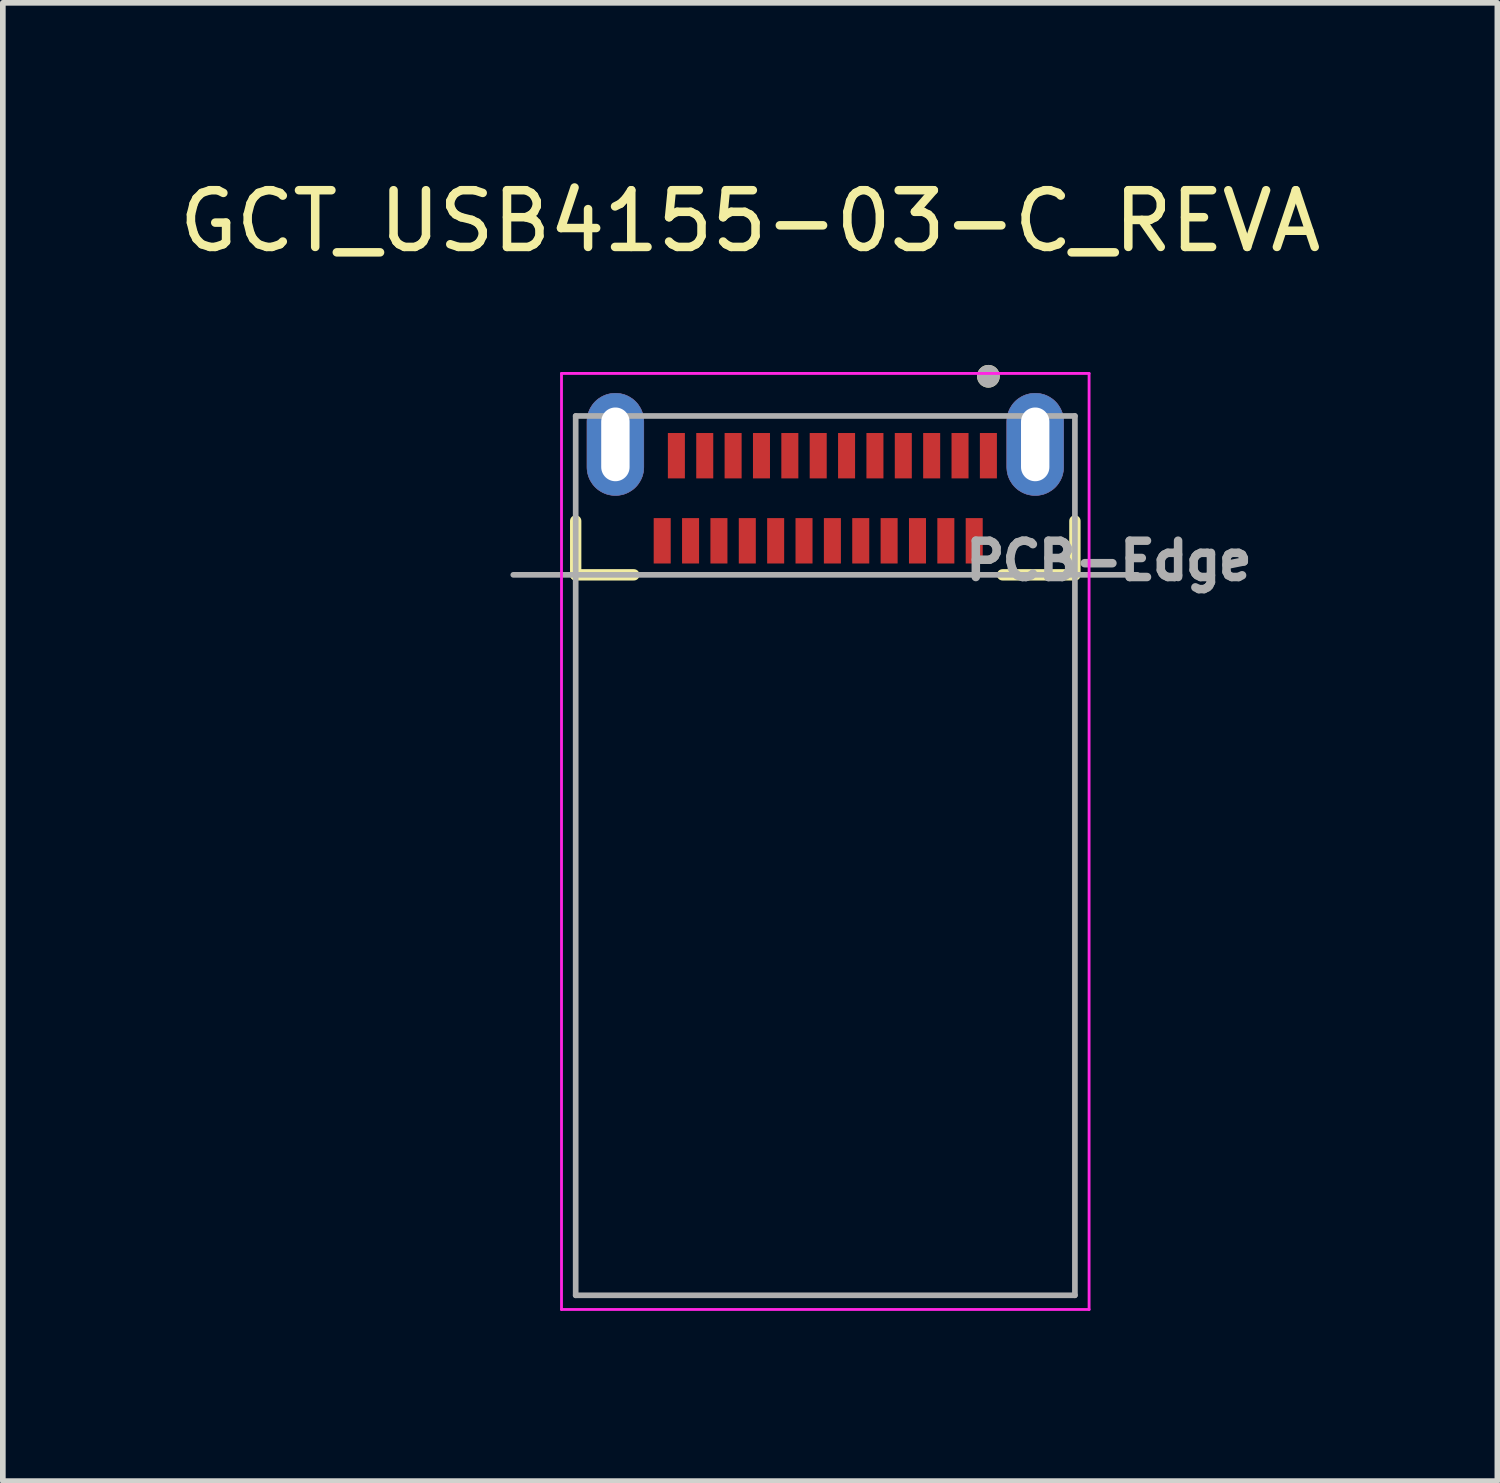
<source format=kicad_pcb>
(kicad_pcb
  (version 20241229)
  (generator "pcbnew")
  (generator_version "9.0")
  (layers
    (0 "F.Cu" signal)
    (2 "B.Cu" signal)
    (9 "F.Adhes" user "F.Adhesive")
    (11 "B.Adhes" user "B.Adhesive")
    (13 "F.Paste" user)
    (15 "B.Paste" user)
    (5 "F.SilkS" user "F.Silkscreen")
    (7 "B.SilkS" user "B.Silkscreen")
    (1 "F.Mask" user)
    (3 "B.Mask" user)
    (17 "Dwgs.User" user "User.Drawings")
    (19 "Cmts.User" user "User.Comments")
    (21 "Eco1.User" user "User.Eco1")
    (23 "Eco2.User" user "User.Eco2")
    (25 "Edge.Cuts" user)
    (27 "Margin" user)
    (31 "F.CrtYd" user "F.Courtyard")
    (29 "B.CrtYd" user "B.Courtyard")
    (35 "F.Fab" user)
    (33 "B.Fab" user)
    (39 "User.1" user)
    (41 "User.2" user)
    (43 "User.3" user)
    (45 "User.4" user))
  (footprint "GCT_USB4155-03-C_REVA"
    (layer "F.Cu")
    (at 11.498 5.733)
    (property "Reference" "GCT_USB4155-03-C_REVA" (at -1.325 -4.885 0) (layer "F.SilkS") (effects (font (size 1 1) (thickness 0.15))))
    (attr through_hole)
    (fp_poly (pts (xy -3.7 -1.85) (xy -3.726 -1.849) (xy -3.752 -1.847) (xy -3.778 -1.844) (xy -3.804 -1.839) (xy -3.829 -1.833) (xy -3.855 -1.826) (xy -3.879 -1.817) (xy -3.903 -1.807) (xy -3.927 -1.796) (xy -3.95 -1.783) (xy -3.972 -1.769) (xy -3.994 -1.755) (xy -4.015 -1.739) (xy -4.035 -1.722) (xy -4.054 -1.704) (xy -4.072 -1.685) (xy -4.089 -1.665) (xy -4.105 -1.644) (xy -4.119 -1.622) (xy -4.133 -1.6) (xy -4.146 -1.577) (xy -4.157 -1.553) (xy -4.167 -1.529) (xy -4.176 -1.505) (xy -4.183 -1.479) (xy -4.189 -1.454) (xy -4.194 -1.428) (xy -4.197 -1.402) (xy -4.199 -1.376) (xy -4.2 -1.35) (xy -4.2 -0.55) (xy -4.199 -0.524) (xy -4.197 -0.498) (xy -4.194 -0.472) (xy -4.189 -0.446) (xy -4.183 -0.421) (xy -4.176 -0.395) (xy -4.167 -0.371) (xy -4.157 -0.347) (xy -4.146 -0.323) (xy -4.133 -0.3) (xy -4.119 -0.278) (xy -4.105 -0.256) (xy -4.089 -0.235) (xy -4.072 -0.215) (xy -4.054 -0.196) (xy -4.035 -0.178) (xy -4.015 -0.161) (xy -3.994 -0.145) (xy -3.972 -0.131) (xy -3.95 -0.117) (xy -3.927 -0.104) (xy -3.903 -0.093) (xy -3.879 -0.083) (xy -3.855 -0.074) (xy -3.829 -0.067) (xy -3.804 -0.061) (xy -3.778 -0.056) (xy -3.752 -0.053) (xy -3.726 -0.051) (xy -3.7 -0.05) (xy -3.674 -0.051) (xy -3.648 -0.053) (xy -3.622 -0.056) (xy -3.596 -0.061) (xy -3.571 -0.067) (xy -3.545 -0.074) (xy -3.521 -0.083) (xy -3.497 -0.093) (xy -3.473 -0.104) (xy -3.45 -0.117) (xy -3.428 -0.131) (xy -3.406 -0.145) (xy -3.385 -0.161) (xy -3.365 -0.178) (xy -3.346 -0.196) (xy -3.328 -0.215) (xy -3.311 -0.235) (xy -3.295 -0.256) (xy -3.281 -0.278) (xy -3.267 -0.3) (xy -3.254 -0.323) (xy -3.243 -0.347) (xy -3.233 -0.371) (xy -3.224 -0.395) (xy -3.217 -0.421) (xy -3.211 -0.446) (xy -3.206 -0.472) (xy -3.203 -0.498) (xy -3.201 -0.524) (xy -3.2 -0.55) (xy -3.2 -1.35) (xy -3.201 -1.376) (xy -3.203 -1.402) (xy -3.206 -1.428) (xy -3.211 -1.454) (xy -3.217 -1.479) (xy -3.224 -1.505) (xy -3.233 -1.529) (xy -3.243 -1.553) (xy -3.254 -1.577) (xy -3.267 -1.6) (xy -3.281 -1.622) (xy -3.295 -1.644) (xy -3.311 -1.665) (xy -3.328 -1.685) (xy -3.346 -1.704) (xy -3.365 -1.722) (xy -3.385 -1.739) (xy -3.406 -1.755) (xy -3.428 -1.769) (xy -3.45 -1.783) (xy -3.473 -1.796) (xy -3.497 -1.807) (xy -3.521 -1.817) (xy -3.545 -1.826) (xy -3.571 -1.833) (xy -3.596 -1.839) (xy -3.622 -1.844) (xy -3.648 -1.847) (xy -3.674 -1.849) (xy -3.7 -1.85)) (stroke (width 0.01) (type solid)) (fill yes) (layer "F.Cu"))
    (fp_poly (pts (xy 3.7 -1.85) (xy 3.674 -1.849) (xy 3.648 -1.847) (xy 3.622 -1.844) (xy 3.596 -1.839) (xy 3.571 -1.833) (xy 3.545 -1.826) (xy 3.521 -1.817) (xy 3.497 -1.807) (xy 3.473 -1.796) (xy 3.45 -1.783) (xy 3.428 -1.769) (xy 3.406 -1.755) (xy 3.385 -1.739) (xy 3.365 -1.722) (xy 3.346 -1.704) (xy 3.328 -1.685) (xy 3.311 -1.665) (xy 3.295 -1.644) (xy 3.281 -1.622) (xy 3.267 -1.6) (xy 3.254 -1.577) (xy 3.243 -1.553) (xy 3.233 -1.529) (xy 3.224 -1.505) (xy 3.217 -1.479) (xy 3.211 -1.454) (xy 3.206 -1.428) (xy 3.203 -1.402) (xy 3.201 -1.376) (xy 3.2 -1.35) (xy 3.2 -0.55) (xy 3.201 -0.524) (xy 3.203 -0.498) (xy 3.206 -0.472) (xy 3.211 -0.446) (xy 3.217 -0.421) (xy 3.224 -0.395) (xy 3.233 -0.371) (xy 3.243 -0.347) (xy 3.254 -0.323) (xy 3.267 -0.3) (xy 3.281 -0.278) (xy 3.295 -0.256) (xy 3.311 -0.235) (xy 3.328 -0.215) (xy 3.346 -0.196) (xy 3.365 -0.178) (xy 3.385 -0.161) (xy 3.406 -0.145) (xy 3.428 -0.131) (xy 3.45 -0.117) (xy 3.473 -0.104) (xy 3.497 -0.093) (xy 3.521 -0.083) (xy 3.545 -0.074) (xy 3.571 -0.067) (xy 3.596 -0.061) (xy 3.622 -0.056) (xy 3.648 -0.053) (xy 3.674 -0.051) (xy 3.7 -0.05) (xy 3.726 -0.051) (xy 3.752 -0.053) (xy 3.778 -0.056) (xy 3.804 -0.061) (xy 3.829 -0.067) (xy 3.855 -0.074) (xy 3.879 -0.083) (xy 3.903 -0.093) (xy 3.927 -0.104) (xy 3.95 -0.117) (xy 3.972 -0.131) (xy 3.994 -0.145) (xy 4.015 -0.161) (xy 4.035 -0.178) (xy 4.054 -0.196) (xy 4.072 -0.215) (xy 4.089 -0.235) (xy 4.105 -0.256) (xy 4.119 -0.278) (xy 4.133 -0.3) (xy 4.146 -0.323) (xy 4.157 -0.347) (xy 4.167 -0.371) (xy 4.176 -0.395) (xy 4.183 -0.421) (xy 4.189 -0.446) (xy 4.194 -0.472) (xy 4.197 -0.498) (xy 4.199 -0.524) (xy 4.2 -0.55) (xy 4.2 -1.35) (xy 4.199 -1.376) (xy 4.197 -1.402) (xy 4.194 -1.428) (xy 4.189 -1.454) (xy 4.183 -1.479) (xy 4.176 -1.505) (xy 4.167 -1.529) (xy 4.157 -1.553) (xy 4.146 -1.577) (xy 4.133 -1.6) (xy 4.119 -1.622) (xy 4.105 -1.644) (xy 4.089 -1.665) (xy 4.072 -1.685) (xy 4.054 -1.704) (xy 4.035 -1.722) (xy 4.015 -1.739) (xy 3.994 -1.755) (xy 3.972 -1.769) (xy 3.95 -1.783) (xy 3.927 -1.796) (xy 3.903 -1.807) (xy 3.879 -1.817) (xy 3.855 -1.826) (xy 3.829 -1.833) (xy 3.804 -1.839) (xy 3.778 -1.844) (xy 3.752 -1.847) (xy 3.726 -1.849) (xy 3.7 -1.85)) (stroke (width 0.01) (type solid)) (fill yes) (layer "F.Cu"))
    (fp_poly (pts (xy -3.7 -1.95) (xy -3.731 -1.949) (xy -3.763 -1.947) (xy -3.794 -1.943) (xy -3.825 -1.937) (xy -3.855 -1.93) (xy -3.885 -1.921) (xy -3.915 -1.91) (xy -3.944 -1.898) (xy -3.972 -1.885) (xy -4 -1.87) (xy -4.027 -1.853) (xy -4.053 -1.835) (xy -4.078 -1.816) (xy -4.101 -1.796) (xy -4.124 -1.774) (xy -4.146 -1.751) (xy -4.166 -1.728) (xy -4.185 -1.703) (xy -4.203 -1.677) (xy -4.22 -1.65) (xy -4.235 -1.622) (xy -4.248 -1.594) (xy -4.26 -1.565) (xy -4.271 -1.535) (xy -4.28 -1.505) (xy -4.287 -1.475) (xy -4.293 -1.444) (xy -4.297 -1.413) (xy -4.299 -1.381) (xy -4.3 -1.35) (xy -4.3 -0.55) (xy -4.299 -0.519) (xy -4.297 -0.487) (xy -4.293 -0.456) (xy -4.287 -0.425) (xy -4.28 -0.395) (xy -4.271 -0.365) (xy -4.26 -0.335) (xy -4.248 -0.306) (xy -4.235 -0.278) (xy -4.22 -0.25) (xy -4.203 -0.223) (xy -4.185 -0.197) (xy -4.166 -0.172) (xy -4.146 -0.149) (xy -4.124 -0.126) (xy -4.101 -0.104) (xy -4.078 -0.084) (xy -4.053 -0.065) (xy -4.027 -0.047) (xy -4 -0.03) (xy -3.972 -0.015) (xy -3.944 -0.002) (xy -3.915 0.01) (xy -3.885 0.021) (xy -3.855 0.03) (xy -3.825 0.037) (xy -3.794 0.043) (xy -3.763 0.047) (xy -3.731 0.049) (xy -3.7 0.05) (xy -3.669 0.049) (xy -3.637 0.047) (xy -3.606 0.043) (xy -3.575 0.037) (xy -3.545 0.03) (xy -3.515 0.021) (xy -3.485 0.01) (xy -3.456 -0.002) (xy -3.428 -0.015) (xy -3.4 -0.03) (xy -3.373 -0.047) (xy -3.347 -0.065) (xy -3.322 -0.084) (xy -3.299 -0.104) (xy -3.276 -0.126) (xy -3.254 -0.149) (xy -3.234 -0.172) (xy -3.215 -0.197) (xy -3.197 -0.223) (xy -3.18 -0.25) (xy -3.165 -0.278) (xy -3.152 -0.306) (xy -3.14 -0.335) (xy -3.129 -0.365) (xy -3.12 -0.395) (xy -3.113 -0.425) (xy -3.107 -0.456) (xy -3.103 -0.487) (xy -3.101 -0.519) (xy -3.1 -0.55) (xy -3.1 -1.35) (xy -3.101 -1.381) (xy -3.103 -1.413) (xy -3.107 -1.444) (xy -3.113 -1.475) (xy -3.12 -1.505) (xy -3.129 -1.535) (xy -3.14 -1.565) (xy -3.152 -1.594) (xy -3.165 -1.622) (xy -3.18 -1.65) (xy -3.197 -1.677) (xy -3.215 -1.703) (xy -3.234 -1.728) (xy -3.254 -1.751) (xy -3.276 -1.774) (xy -3.299 -1.796) (xy -3.322 -1.816) (xy -3.347 -1.835) (xy -3.373 -1.853) (xy -3.4 -1.87) (xy -3.428 -1.885) (xy -3.456 -1.898) (xy -3.485 -1.91) (xy -3.515 -1.921) (xy -3.545 -1.93) (xy -3.575 -1.937) (xy -3.606 -1.943) (xy -3.637 -1.947) (xy -3.669 -1.949) (xy -3.7 -1.95)) (stroke (width 0.01) (type solid)) (fill yes) (layer "F.Mask"))
    (fp_poly (pts (xy 3.7 -1.95) (xy 3.669 -1.949) (xy 3.637 -1.947) (xy 3.606 -1.943) (xy 3.575 -1.937) (xy 3.545 -1.93) (xy 3.515 -1.921) (xy 3.485 -1.91) (xy 3.456 -1.898) (xy 3.428 -1.885) (xy 3.4 -1.87) (xy 3.373 -1.853) (xy 3.347 -1.835) (xy 3.322 -1.816) (xy 3.299 -1.796) (xy 3.276 -1.774) (xy 3.254 -1.751) (xy 3.234 -1.728) (xy 3.215 -1.703) (xy 3.197 -1.677) (xy 3.18 -1.65) (xy 3.165 -1.622) (xy 3.152 -1.594) (xy 3.14 -1.565) (xy 3.129 -1.535) (xy 3.12 -1.505) (xy 3.113 -1.475) (xy 3.107 -1.444) (xy 3.103 -1.413) (xy 3.101 -1.381) (xy 3.1 -1.35) (xy 3.1 -0.55) (xy 3.101 -0.519) (xy 3.103 -0.487) (xy 3.107 -0.456) (xy 3.113 -0.425) (xy 3.12 -0.395) (xy 3.129 -0.365) (xy 3.14 -0.335) (xy 3.152 -0.306) (xy 3.165 -0.278) (xy 3.18 -0.25) (xy 3.197 -0.223) (xy 3.215 -0.197) (xy 3.234 -0.172) (xy 3.254 -0.149) (xy 3.276 -0.126) (xy 3.299 -0.104) (xy 3.322 -0.084) (xy 3.347 -0.065) (xy 3.373 -0.047) (xy 3.4 -0.03) (xy 3.428 -0.015) (xy 3.456 -0.002) (xy 3.485 0.01) (xy 3.515 0.021) (xy 3.545 0.03) (xy 3.575 0.037) (xy 3.606 0.043) (xy 3.637 0.047) (xy 3.669 0.049) (xy 3.7 0.05) (xy 3.731 0.049) (xy 3.763 0.047) (xy 3.794 0.043) (xy 3.825 0.037) (xy 3.855 0.03) (xy 3.885 0.021) (xy 3.915 0.01) (xy 3.944 -0.002) (xy 3.972 -0.015) (xy 4 -0.03) (xy 4.027 -0.047) (xy 4.053 -0.065) (xy 4.078 -0.084) (xy 4.101 -0.104) (xy 4.124 -0.126) (xy 4.146 -0.149) (xy 4.166 -0.172) (xy 4.185 -0.197) (xy 4.203 -0.223) (xy 4.22 -0.25) (xy 4.235 -0.278) (xy 4.248 -0.306) (xy 4.26 -0.335) (xy 4.271 -0.365) (xy 4.28 -0.395) (xy 4.287 -0.425) (xy 4.293 -0.456) (xy 4.297 -0.487) (xy 4.299 -0.519) (xy 4.3 -0.55) (xy 4.3 -1.35) (xy 4.299 -1.381) (xy 4.297 -1.413) (xy 4.293 -1.444) (xy 4.287 -1.475) (xy 4.28 -1.505) (xy 4.271 -1.535) (xy 4.26 -1.565) (xy 4.248 -1.594) (xy 4.235 -1.622) (xy 4.22 -1.65) (xy 4.203 -1.677) (xy 4.185 -1.703) (xy 4.166 -1.728) (xy 4.146 -1.751) (xy 4.124 -1.774) (xy 4.101 -1.796) (xy 4.078 -1.816) (xy 4.053 -1.835) (xy 4.027 -1.853) (xy 4 -1.87) (xy 3.972 -1.885) (xy 3.944 -1.898) (xy 3.915 -1.91) (xy 3.885 -1.921) (xy 3.855 -1.93) (xy 3.825 -1.937) (xy 3.794 -1.943) (xy 3.763 -1.947) (xy 3.731 -1.949) (xy 3.7 -1.95)) (stroke (width 0.01) (type solid)) (fill yes) (layer "F.Mask"))
    (fp_poly (pts (xy -3.7 -1.85) (xy -3.726 -1.849) (xy -3.752 -1.847) (xy -3.778 -1.844) (xy -3.804 -1.839) (xy -3.829 -1.833) (xy -3.855 -1.826) (xy -3.879 -1.817) (xy -3.903 -1.807) (xy -3.927 -1.796) (xy -3.95 -1.783) (xy -3.972 -1.769) (xy -3.994 -1.755) (xy -4.015 -1.739) (xy -4.035 -1.722) (xy -4.054 -1.704) (xy -4.072 -1.685) (xy -4.089 -1.665) (xy -4.105 -1.644) (xy -4.119 -1.622) (xy -4.133 -1.6) (xy -4.146 -1.577) (xy -4.157 -1.553) (xy -4.167 -1.529) (xy -4.176 -1.505) (xy -4.183 -1.479) (xy -4.189 -1.454) (xy -4.194 -1.428) (xy -4.197 -1.402) (xy -4.199 -1.376) (xy -4.2 -1.35) (xy -4.2 -0.55) (xy -4.199 -0.524) (xy -4.197 -0.498) (xy -4.194 -0.472) (xy -4.189 -0.446) (xy -4.183 -0.421) (xy -4.176 -0.395) (xy -4.167 -0.371) (xy -4.157 -0.347) (xy -4.146 -0.323) (xy -4.133 -0.3) (xy -4.119 -0.278) (xy -4.105 -0.256) (xy -4.089 -0.235) (xy -4.072 -0.215) (xy -4.054 -0.196) (xy -4.035 -0.178) (xy -4.015 -0.161) (xy -3.994 -0.145) (xy -3.972 -0.131) (xy -3.95 -0.117) (xy -3.927 -0.104) (xy -3.903 -0.093) (xy -3.879 -0.083) (xy -3.855 -0.074) (xy -3.829 -0.067) (xy -3.804 -0.061) (xy -3.778 -0.056) (xy -3.752 -0.053) (xy -3.726 -0.051) (xy -3.7 -0.05) (xy -3.674 -0.051) (xy -3.648 -0.053) (xy -3.622 -0.056) (xy -3.596 -0.061) (xy -3.571 -0.067) (xy -3.545 -0.074) (xy -3.521 -0.083) (xy -3.497 -0.093) (xy -3.473 -0.104) (xy -3.45 -0.117) (xy -3.428 -0.131) (xy -3.406 -0.145) (xy -3.385 -0.161) (xy -3.365 -0.178) (xy -3.346 -0.196) (xy -3.328 -0.215) (xy -3.311 -0.235) (xy -3.295 -0.256) (xy -3.281 -0.278) (xy -3.267 -0.3) (xy -3.254 -0.323) (xy -3.243 -0.347) (xy -3.233 -0.371) (xy -3.224 -0.395) (xy -3.217 -0.421) (xy -3.211 -0.446) (xy -3.206 -0.472) (xy -3.203 -0.498) (xy -3.201 -0.524) (xy -3.2 -0.55) (xy -3.2 -1.35) (xy -3.201 -1.376) (xy -3.203 -1.402) (xy -3.206 -1.428) (xy -3.211 -1.454) (xy -3.217 -1.479) (xy -3.224 -1.505) (xy -3.233 -1.529) (xy -3.243 -1.553) (xy -3.254 -1.577) (xy -3.267 -1.6) (xy -3.281 -1.622) (xy -3.295 -1.644) (xy -3.311 -1.665) (xy -3.328 -1.685) (xy -3.346 -1.704) (xy -3.365 -1.722) (xy -3.385 -1.739) (xy -3.406 -1.755) (xy -3.428 -1.769) (xy -3.45 -1.783) (xy -3.473 -1.796) (xy -3.497 -1.807) (xy -3.521 -1.817) (xy -3.545 -1.826) (xy -3.571 -1.833) (xy -3.596 -1.839) (xy -3.622 -1.844) (xy -3.648 -1.847) (xy -3.674 -1.849) (xy -3.7 -1.85)) (stroke (width 0.01) (type solid)) (fill yes) (layer "B.Cu"))
    (fp_poly (pts (xy 3.7 -1.85) (xy 3.674 -1.849) (xy 3.648 -1.847) (xy 3.622 -1.844) (xy 3.596 -1.839) (xy 3.571 -1.833) (xy 3.545 -1.826) (xy 3.521 -1.817) (xy 3.497 -1.807) (xy 3.473 -1.796) (xy 3.45 -1.783) (xy 3.428 -1.769) (xy 3.406 -1.755) (xy 3.385 -1.739) (xy 3.365 -1.722) (xy 3.346 -1.704) (xy 3.328 -1.685) (xy 3.311 -1.665) (xy 3.295 -1.644) (xy 3.281 -1.622) (xy 3.267 -1.6) (xy 3.254 -1.577) (xy 3.243 -1.553) (xy 3.233 -1.529) (xy 3.224 -1.505) (xy 3.217 -1.479) (xy 3.211 -1.454) (xy 3.206 -1.428) (xy 3.203 -1.402) (xy 3.201 -1.376) (xy 3.2 -1.35) (xy 3.2 -0.55) (xy 3.201 -0.524) (xy 3.203 -0.498) (xy 3.206 -0.472) (xy 3.211 -0.446) (xy 3.217 -0.421) (xy 3.224 -0.395) (xy 3.233 -0.371) (xy 3.243 -0.347) (xy 3.254 -0.323) (xy 3.267 -0.3) (xy 3.281 -0.278) (xy 3.295 -0.256) (xy 3.311 -0.235) (xy 3.328 -0.215) (xy 3.346 -0.196) (xy 3.365 -0.178) (xy 3.385 -0.161) (xy 3.406 -0.145) (xy 3.428 -0.131) (xy 3.45 -0.117) (xy 3.473 -0.104) (xy 3.497 -0.093) (xy 3.521 -0.083) (xy 3.545 -0.074) (xy 3.571 -0.067) (xy 3.596 -0.061) (xy 3.622 -0.056) (xy 3.648 -0.053) (xy 3.674 -0.051) (xy 3.7 -0.05) (xy 3.726 -0.051) (xy 3.752 -0.053) (xy 3.778 -0.056) (xy 3.804 -0.061) (xy 3.829 -0.067) (xy 3.855 -0.074) (xy 3.879 -0.083) (xy 3.903 -0.093) (xy 3.927 -0.104) (xy 3.95 -0.117) (xy 3.972 -0.131) (xy 3.994 -0.145) (xy 4.015 -0.161) (xy 4.035 -0.178) (xy 4.054 -0.196) (xy 4.072 -0.215) (xy 4.089 -0.235) (xy 4.105 -0.256) (xy 4.119 -0.278) (xy 4.133 -0.3) (xy 4.146 -0.323) (xy 4.157 -0.347) (xy 4.167 -0.371) (xy 4.176 -0.395) (xy 4.183 -0.421) (xy 4.189 -0.446) (xy 4.194 -0.472) (xy 4.197 -0.498) (xy 4.199 -0.524) (xy 4.2 -0.55) (xy 4.2 -1.35) (xy 4.199 -1.376) (xy 4.197 -1.402) (xy 4.194 -1.428) (xy 4.189 -1.454) (xy 4.183 -1.479) (xy 4.176 -1.505) (xy 4.167 -1.529) (xy 4.157 -1.553) (xy 4.146 -1.577) (xy 4.133 -1.6) (xy 4.119 -1.622) (xy 4.105 -1.644) (xy 4.089 -1.665) (xy 4.072 -1.685) (xy 4.054 -1.704) (xy 4.035 -1.722) (xy 4.015 -1.739) (xy 3.994 -1.755) (xy 3.972 -1.769) (xy 3.95 -1.783) (xy 3.927 -1.796) (xy 3.903 -1.807) (xy 3.879 -1.817) (xy 3.855 -1.826) (xy 3.829 -1.833) (xy 3.804 -1.839) (xy 3.778 -1.844) (xy 3.752 -1.847) (xy 3.726 -1.849) (xy 3.7 -1.85)) (stroke (width 0.01) (type solid)) (fill yes) (layer "B.Cu"))
    (fp_poly (pts (xy -3.7 -1.95) (xy -3.731 -1.949) (xy -3.763 -1.947) (xy -3.794 -1.943) (xy -3.825 -1.937) (xy -3.855 -1.93) (xy -3.885 -1.921) (xy -3.915 -1.91) (xy -3.944 -1.898) (xy -3.972 -1.885) (xy -4 -1.87) (xy -4.027 -1.853) (xy -4.053 -1.835) (xy -4.078 -1.816) (xy -4.101 -1.796) (xy -4.124 -1.774) (xy -4.146 -1.751) (xy -4.166 -1.728) (xy -4.185 -1.703) (xy -4.203 -1.677) (xy -4.22 -1.65) (xy -4.235 -1.622) (xy -4.248 -1.594) (xy -4.26 -1.565) (xy -4.271 -1.535) (xy -4.28 -1.505) (xy -4.287 -1.475) (xy -4.293 -1.444) (xy -4.297 -1.413) (xy -4.299 -1.381) (xy -4.3 -1.35) (xy -4.3 -0.55) (xy -4.299 -0.519) (xy -4.297 -0.487) (xy -4.293 -0.456) (xy -4.287 -0.425) (xy -4.28 -0.395) (xy -4.271 -0.365) (xy -4.26 -0.335) (xy -4.248 -0.306) (xy -4.235 -0.278) (xy -4.22 -0.25) (xy -4.203 -0.223) (xy -4.185 -0.197) (xy -4.166 -0.172) (xy -4.146 -0.149) (xy -4.124 -0.126) (xy -4.101 -0.104) (xy -4.078 -0.084) (xy -4.053 -0.065) (xy -4.027 -0.047) (xy -4 -0.03) (xy -3.972 -0.015) (xy -3.944 -0.002) (xy -3.915 0.01) (xy -3.885 0.021) (xy -3.855 0.03) (xy -3.825 0.037) (xy -3.794 0.043) (xy -3.763 0.047) (xy -3.731 0.049) (xy -3.7 0.05) (xy -3.669 0.049) (xy -3.637 0.047) (xy -3.606 0.043) (xy -3.575 0.037) (xy -3.545 0.03) (xy -3.515 0.021) (xy -3.485 0.01) (xy -3.456 -0.002) (xy -3.428 -0.015) (xy -3.4 -0.03) (xy -3.373 -0.047) (xy -3.347 -0.065) (xy -3.322 -0.084) (xy -3.299 -0.104) (xy -3.276 -0.126) (xy -3.254 -0.149) (xy -3.234 -0.172) (xy -3.215 -0.197) (xy -3.197 -0.223) (xy -3.18 -0.25) (xy -3.165 -0.278) (xy -3.152 -0.306) (xy -3.14 -0.335) (xy -3.129 -0.365) (xy -3.12 -0.395) (xy -3.113 -0.425) (xy -3.107 -0.456) (xy -3.103 -0.487) (xy -3.101 -0.519) (xy -3.1 -0.55) (xy -3.1 -1.35) (xy -3.101 -1.381) (xy -3.103 -1.413) (xy -3.107 -1.444) (xy -3.113 -1.475) (xy -3.12 -1.505) (xy -3.129 -1.535) (xy -3.14 -1.565) (xy -3.152 -1.594) (xy -3.165 -1.622) (xy -3.18 -1.65) (xy -3.197 -1.677) (xy -3.215 -1.703) (xy -3.234 -1.728) (xy -3.254 -1.751) (xy -3.276 -1.774) (xy -3.299 -1.796) (xy -3.322 -1.816) (xy -3.347 -1.835) (xy -3.373 -1.853) (xy -3.4 -1.87) (xy -3.428 -1.885) (xy -3.456 -1.898) (xy -3.485 -1.91) (xy -3.515 -1.921) (xy -3.545 -1.93) (xy -3.575 -1.937) (xy -3.606 -1.943) (xy -3.637 -1.947) (xy -3.669 -1.949) (xy -3.7 -1.95)) (stroke (width 0.01) (type solid)) (fill yes) (layer "B.Mask"))
    (fp_poly (pts (xy 3.7 -1.95) (xy 3.669 -1.949) (xy 3.637 -1.947) (xy 3.606 -1.943) (xy 3.575 -1.937) (xy 3.545 -1.93) (xy 3.515 -1.921) (xy 3.485 -1.91) (xy 3.456 -1.898) (xy 3.428 -1.885) (xy 3.4 -1.87) (xy 3.373 -1.853) (xy 3.347 -1.835) (xy 3.322 -1.816) (xy 3.299 -1.796) (xy 3.276 -1.774) (xy 3.254 -1.751) (xy 3.234 -1.728) (xy 3.215 -1.703) (xy 3.197 -1.677) (xy 3.18 -1.65) (xy 3.165 -1.622) (xy 3.152 -1.594) (xy 3.14 -1.565) (xy 3.129 -1.535) (xy 3.12 -1.505) (xy 3.113 -1.475) (xy 3.107 -1.444) (xy 3.103 -1.413) (xy 3.101 -1.381) (xy 3.1 -1.35) (xy 3.1 -0.55) (xy 3.101 -0.519) (xy 3.103 -0.487) (xy 3.107 -0.456) (xy 3.113 -0.425) (xy 3.12 -0.395) (xy 3.129 -0.365) (xy 3.14 -0.335) (xy 3.152 -0.306) (xy 3.165 -0.278) (xy 3.18 -0.25) (xy 3.197 -0.223) (xy 3.215 -0.197) (xy 3.234 -0.172) (xy 3.254 -0.149) (xy 3.276 -0.126) (xy 3.299 -0.104) (xy 3.322 -0.084) (xy 3.347 -0.065) (xy 3.373 -0.047) (xy 3.4 -0.03) (xy 3.428 -0.015) (xy 3.456 -0.002) (xy 3.485 0.01) (xy 3.515 0.021) (xy 3.545 0.03) (xy 3.575 0.037) (xy 3.606 0.043) (xy 3.637 0.047) (xy 3.669 0.049) (xy 3.7 0.05) (xy 3.731 0.049) (xy 3.763 0.047) (xy 3.794 0.043) (xy 3.825 0.037) (xy 3.855 0.03) (xy 3.885 0.021) (xy 3.915 0.01) (xy 3.944 -0.002) (xy 3.972 -0.015) (xy 4 -0.03) (xy 4.027 -0.047) (xy 4.053 -0.065) (xy 4.078 -0.084) (xy 4.101 -0.104) (xy 4.124 -0.126) (xy 4.146 -0.149) (xy 4.166 -0.172) (xy 4.185 -0.197) (xy 4.203 -0.223) (xy 4.22 -0.25) (xy 4.235 -0.278) (xy 4.248 -0.306) (xy 4.26 -0.335) (xy 4.271 -0.365) (xy 4.28 -0.395) (xy 4.287 -0.425) (xy 4.293 -0.456) (xy 4.297 -0.487) (xy 4.299 -0.519) (xy 4.3 -0.55) (xy 4.3 -1.35) (xy 4.299 -1.381) (xy 4.297 -1.413) (xy 4.293 -1.444) (xy 4.287 -1.475) (xy 4.28 -1.505) (xy 4.271 -1.535) (xy 4.26 -1.565) (xy 4.248 -1.594) (xy 4.235 -1.622) (xy 4.22 -1.65) (xy 4.203 -1.677) (xy 4.185 -1.703) (xy 4.166 -1.728) (xy 4.146 -1.751) (xy 4.124 -1.774) (xy 4.101 -1.796) (xy 4.078 -1.816) (xy 4.053 -1.835) (xy 4.027 -1.853) (xy 4 -1.87) (xy 3.972 -1.885) (xy 3.944 -1.898) (xy 3.915 -1.91) (xy 3.885 -1.921) (xy 3.855 -1.93) (xy 3.825 -1.937) (xy 3.794 -1.943) (xy 3.763 -1.947) (xy 3.731 -1.949) (xy 3.7 -1.95)) (stroke (width 0.01) (type solid)) (fill yes) (layer "B.Mask"))
    (fp_line (start -4.4 1.35) (end -4.4 0.4) (stroke (width 0.2) (type solid)) (layer "F.SilkS"))
    (fp_line (start -4.4 1.35) (end -3.375 1.35) (stroke (width 0.2) (type solid)) (layer "F.SilkS"))
    (fp_line (start 3.125 1.35) (end 4.4 1.35) (stroke (width 0.2) (type solid)) (layer "F.SilkS"))
    (fp_line (start 4.4 1.35) (end 4.4 0.4) (stroke (width 0.2) (type solid)) (layer "F.SilkS"))
    (fp_circle (center 2.875 -2.15) (end 2.975 -2.15) (stroke (width 0.2) (type solid)) (fill no) (layer "F.SilkS"))
    (fp_line (start -4.65 -2.2) (end 4.65 -2.2) (stroke (width 0.05) (type solid)) (layer "F.CrtYd"))
    (fp_line (start -4.65 14.3) (end -4.65 -2.2) (stroke (width 0.05) (type solid)) (layer "F.CrtYd"))
    (fp_line (start -4.65 14.3) (end 4.65 14.3) (stroke (width 0.05) (type solid)) (layer "F.CrtYd"))
    (fp_line (start 4.65 14.3) (end 4.65 -2.2) (stroke (width 0.05) (type solid)) (layer "F.CrtYd"))
    (fp_line (start -5.5 1.35) (end 5.5 1.35) (stroke (width 0.1) (type solid)) (layer "F.Fab"))
    (fp_line (start -4.4 -1.45) (end 4.4 -1.45) (stroke (width 0.1) (type solid)) (layer "F.Fab"))
    (fp_line (start -4.4 14.05) (end -4.4 -1.45) (stroke (width 0.1) (type solid)) (layer "F.Fab"))
    (fp_line (start -4.4 14.05) (end 4.4 14.05) (stroke (width 0.1) (type solid)) (layer "F.Fab"))
    (fp_line (start 4.4 14.05) (end 4.4 -1.45) (stroke (width 0.1) (type solid)) (layer "F.Fab"))
    (fp_circle (center 2.875 -2.15) (end 2.975 -2.15) (stroke (width 0.2) (type solid)) (fill no) (layer "F.Fab"))
    (fp_text user "PCB-Edge" (at 5 1.1 0) (layer "F.Fab") (effects (font (size 0.64 0.64) (thickness 0.15))))
    (pad "A1" smd rect (at 2.875 -0.75) (size 0.3 0.8) (layers "F.Cu" "F.Mask" "F.Paste"))
    (pad "A2" smd rect (at 2.375 -0.75) (size 0.3 0.8) (layers "F.Cu" "F.Mask" "F.Paste"))
    (pad "A3" smd rect (at 1.875 -0.75) (size 0.3 0.8) (layers "F.Cu" "F.Mask" "F.Paste"))
    (pad "A4" smd rect (at 1.375 -0.75) (size 0.3 0.8) (layers "F.Cu" "F.Mask" "F.Paste"))
    (pad "A5" smd rect (at 0.875 -0.75) (size 0.3 0.8) (layers "F.Cu" "F.Mask" "F.Paste"))
    (pad "A6" smd rect (at 0.375 -0.75) (size 0.3 0.8) (layers "F.Cu" "F.Mask" "F.Paste"))
    (pad "A7" smd rect (at -0.125 -0.75) (size 0.3 0.8) (layers "F.Cu" "F.Mask" "F.Paste"))
    (pad "A8" smd rect (at -0.625 -0.75) (size 0.3 0.8) (layers "F.Cu" "F.Mask" "F.Paste"))
    (pad "A9" smd rect (at -1.125 -0.75) (size 0.3 0.8) (layers "F.Cu" "F.Mask" "F.Paste"))
    (pad "A10" smd rect (at -1.625 -0.75) (size 0.3 0.8) (layers "F.Cu" "F.Mask" "F.Paste"))
    (pad "A11" smd rect (at -2.125 -0.75) (size 0.3 0.8) (layers "F.Cu" "F.Mask" "F.Paste"))
    (pad "A12" smd rect (at -2.625 -0.75) (size 0.3 0.8) (layers "F.Cu" "F.Mask" "F.Paste"))
    (pad "B1" smd rect (at -2.875 0.75) (size 0.3 0.8) (layers "F.Cu" "F.Mask" "F.Paste"))
    (pad "B2" smd rect (at -2.375 0.75) (size 0.3 0.8) (layers "F.Cu" "F.Mask" "F.Paste"))
    (pad "B3" smd rect (at -1.875 0.75) (size 0.3 0.8) (layers "F.Cu" "F.Mask" "F.Paste"))
    (pad "B4" smd rect (at -1.375 0.75) (size 0.3 0.8) (layers "F.Cu" "F.Mask" "F.Paste"))
    (pad "B5" smd rect (at -0.875 0.75) (size 0.3 0.8) (layers "F.Cu" "F.Mask" "F.Paste"))
    (pad "B6" smd rect (at -0.375 0.75) (size 0.3 0.8) (layers "F.Cu" "F.Mask" "F.Paste"))
    (pad "B7" smd rect (at 0.125 0.75) (size 0.3 0.8) (layers "F.Cu" "F.Mask" "F.Paste"))
    (pad "B8" smd rect (at 0.625 0.75) (size 0.3 0.8) (layers "F.Cu" "F.Mask" "F.Paste"))
    (pad "B9" smd rect (at 1.125 0.75) (size 0.3 0.8) (layers "F.Cu" "F.Mask" "F.Paste"))
    (pad "B10" smd rect (at 1.625 0.75) (size 0.3 0.8) (layers "F.Cu" "F.Mask" "F.Paste"))
    (pad "B11" smd rect (at 2.125 0.75) (size 0.3 0.8) (layers "F.Cu" "F.Mask" "F.Paste"))
    (pad "B12" smd rect (at 2.625 0.75) (size 0.3 0.8) (layers "F.Cu" "F.Mask" "F.Paste"))
    (pad "S1" thru_hole oval (at -3.7 -0.95) (size 0.8 1.6) (drill oval 0.5 1.3) (layers "*.Cu"))
    (pad "S2" thru_hole oval (at 3.7 -0.95) (size 0.8 1.6) (drill oval 0.5 1.3) (layers "*.Cu")))
  (gr_rect
    (start -3 -3)
    (end 23.345 23.058)
    (stroke (width 0.1) (type default))
    (fill no)
    (layer "Edge.Cuts")))
</source>
